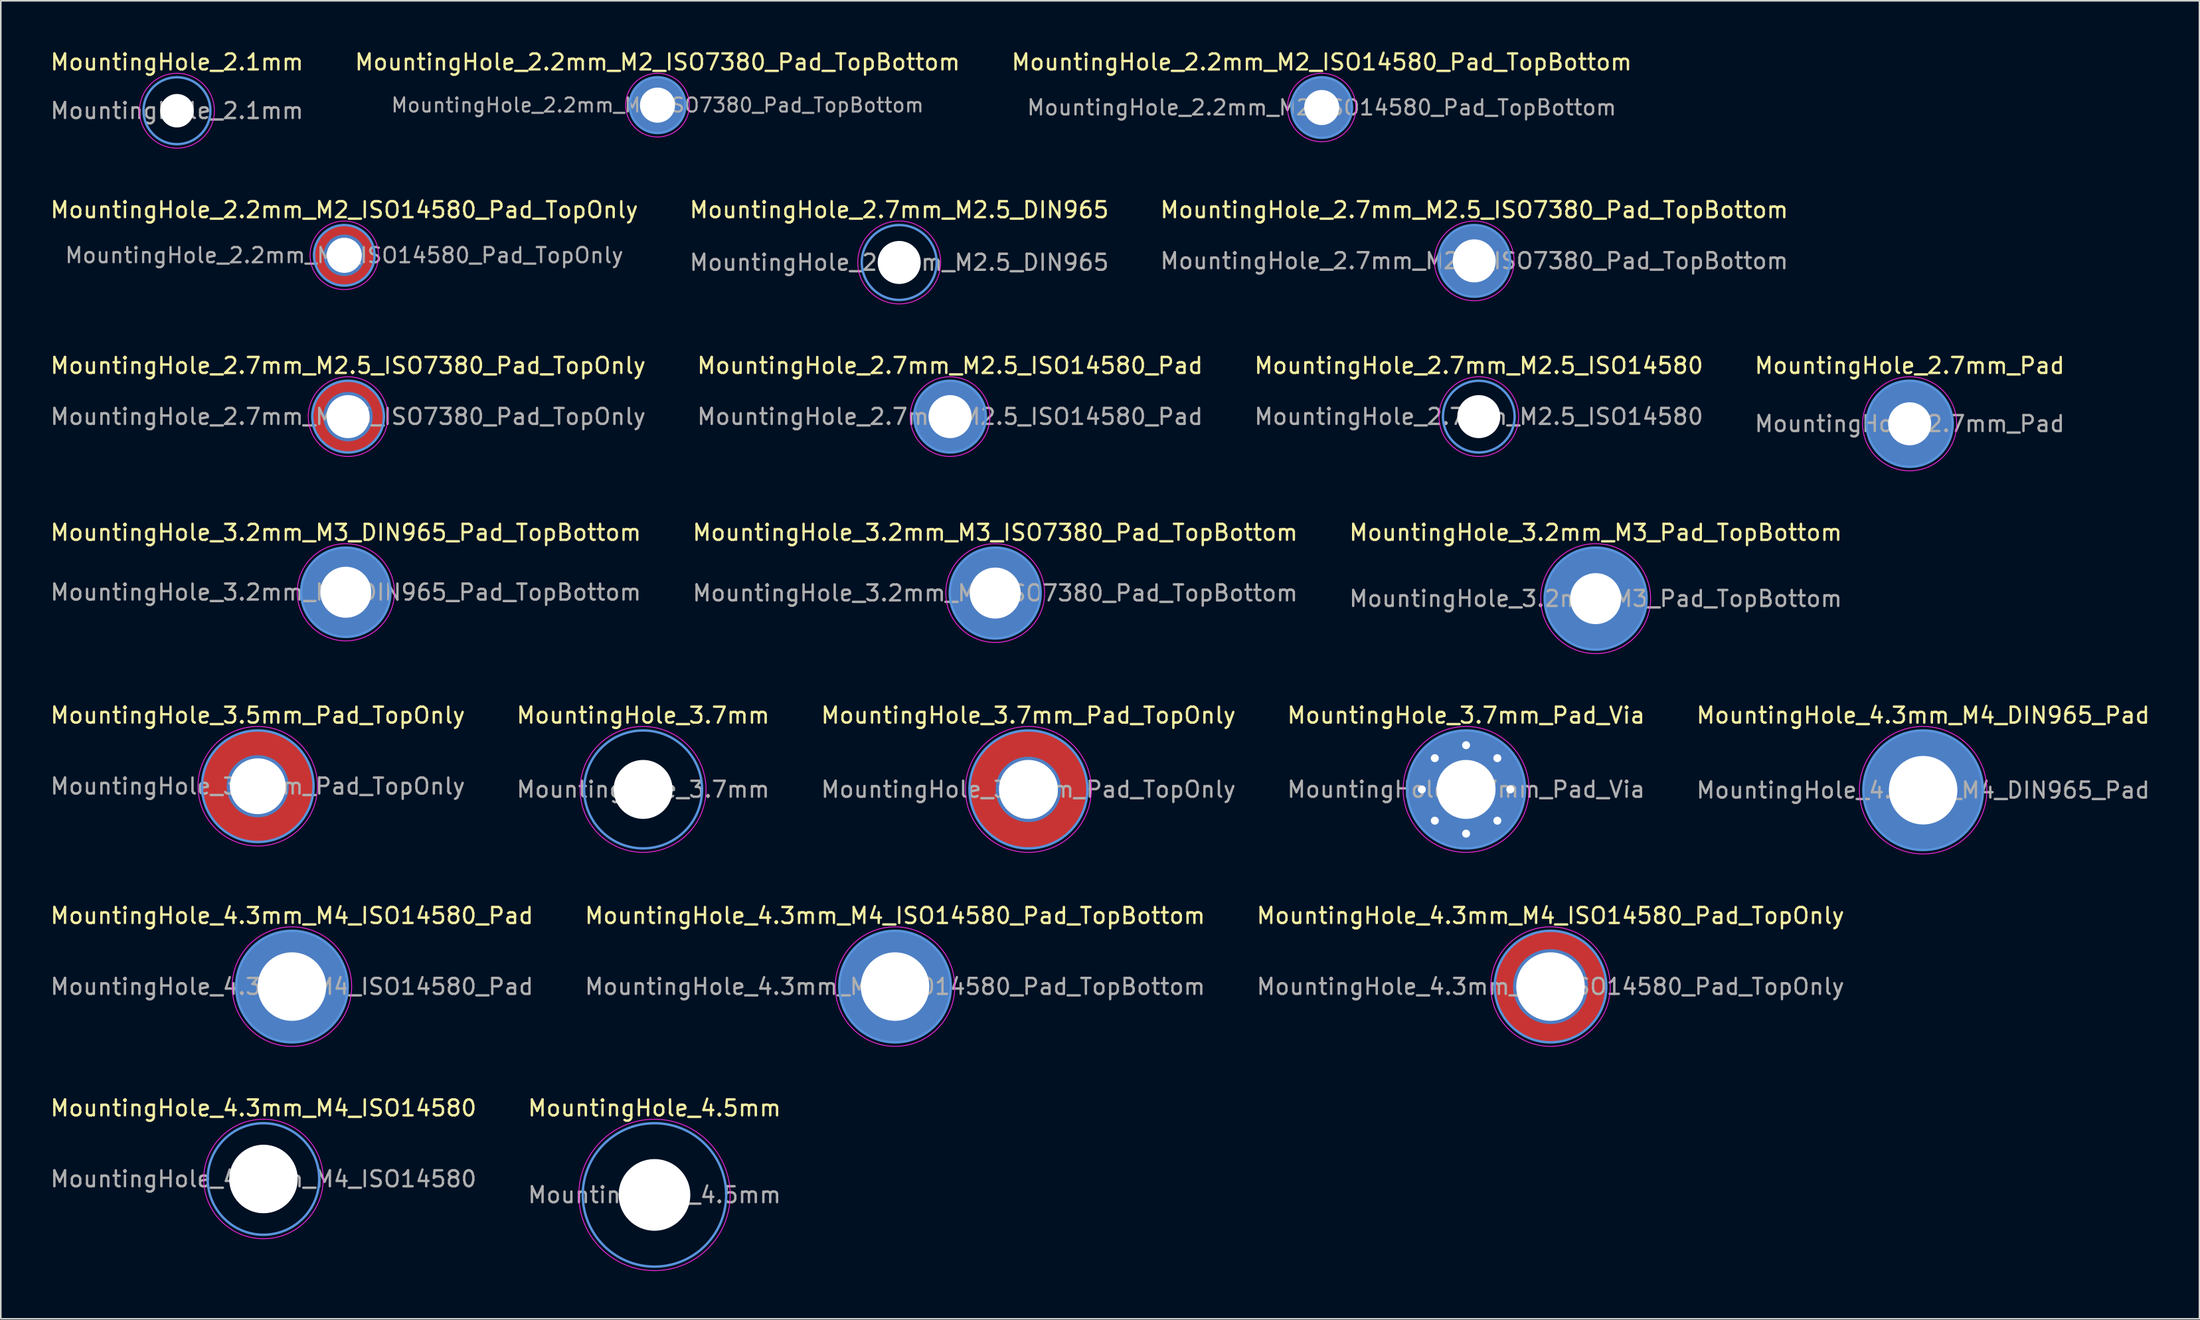
<source format=kicad_pcb>
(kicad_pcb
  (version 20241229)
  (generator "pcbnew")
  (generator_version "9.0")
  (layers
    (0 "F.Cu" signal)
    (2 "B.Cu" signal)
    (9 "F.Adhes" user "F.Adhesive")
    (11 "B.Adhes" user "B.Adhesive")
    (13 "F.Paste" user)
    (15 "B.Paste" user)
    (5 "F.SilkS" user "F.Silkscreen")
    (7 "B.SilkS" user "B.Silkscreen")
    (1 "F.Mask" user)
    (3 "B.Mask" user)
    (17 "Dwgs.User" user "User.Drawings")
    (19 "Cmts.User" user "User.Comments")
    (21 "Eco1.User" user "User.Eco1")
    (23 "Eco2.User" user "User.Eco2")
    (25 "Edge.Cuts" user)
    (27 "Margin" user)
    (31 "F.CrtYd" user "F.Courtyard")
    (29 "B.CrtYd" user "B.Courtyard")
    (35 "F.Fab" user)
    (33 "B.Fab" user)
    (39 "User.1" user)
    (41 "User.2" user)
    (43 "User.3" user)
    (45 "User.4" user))
  (footprint "MountingHole_3.2mm_M3_DIN965_Pad_TopBottom"
    (layer "F.Cu")
    (at 18.649 34.118)
    (property "Reference" "MountingHole_3.2mm_M3_DIN965_Pad_TopBottom" (at 0 -3.75 0) (layer "F.SilkS") (effects (font (size 1 1) (thickness 0.15))))
    (attr exclude_from_pos_files exclude_from_bom)
    (fp_circle (center 0 0) (end 2.8 0) (stroke (width 0.15) (type solid)) (fill no) (layer "Cmts.User"))
    (fp_circle (center 0 0) (end 3.05 0) (stroke (width 0.05) (type solid)) (fill no) (layer "F.CrtYd"))
    (fp_text user "${REFERENCE}" (at 0 0 0) (layer "F.Fab") (effects (font (size 1 1) (thickness 0.15))))
    (pad "1" thru_hole circle (at 0 0) (size 3.6 3.6) (drill 3.2) (layers "*.Cu" "*.Mask"))
    (pad "1" connect circle (at 0 0) (size 5.6 5.6) (layers "F.Cu" "F.Mask"))
    (pad "1" connect circle (at 0 0) (size 5.6 5.6) (layers "B.Cu" "B.Mask")))
  (footprint "MountingHole_3.7mm_Pad_Via"
    (layer "F.Cu")
    (at 88.946 46.491)
    (property "Reference" "MountingHole_3.7mm_Pad_Via" (at 0 -4.65 0) (layer "F.SilkS") (effects (font (size 1 1) (thickness 0.15))))
    (attr exclude_from_pos_files exclude_from_bom)
    (fp_circle (center 0 0) (end 3.7 0) (stroke (width 0.15) (type solid)) (fill no) (layer "Cmts.User"))
    (fp_circle (center 0 0) (end 3.95 0) (stroke (width 0.05) (type solid)) (fill no) (layer "F.CrtYd"))
    (fp_text user "${REFERENCE}" (at 0 0 0) (layer "F.Fab") (effects (font (size 1 1) (thickness 0.15))))
    (pad "1" thru_hole circle (at -2.775 0) (size 0.8 0.8) (drill 0.5) (layers "*.Cu" "*.Mask"))
    (pad "1" thru_hole circle (at -1.962 -1.962) (size 0.8 0.8) (drill 0.5) (layers "*.Cu" "*.Mask"))
    (pad "1" thru_hole circle (at -1.962 1.962) (size 0.8 0.8) (drill 0.5) (layers "*.Cu" "*.Mask"))
    (pad "1" thru_hole circle (at 0 -2.775) (size 0.8 0.8) (drill 0.5) (layers "*.Cu" "*.Mask"))
    (pad "1" thru_hole circle (at 0 0) (size 7.4 7.4) (drill 3.7) (layers "*.Cu" "*.Mask"))
    (pad "1" thru_hole circle (at 0 2.775) (size 0.8 0.8) (drill 0.5) (layers "*.Cu" "*.Mask"))
    (pad "1" thru_hole circle (at 1.962 -1.962) (size 0.8 0.8) (drill 0.5) (layers "*.Cu" "*.Mask"))
    (pad "1" thru_hole circle (at 1.962 1.962) (size 0.8 0.8) (drill 0.5) (layers "*.Cu" "*.Mask"))
    (pad "1" thru_hole circle (at 2.775 0) (size 0.8 0.8) (drill 0.5) (layers "*.Cu" "*.Mask")))
  (footprint "MountingHole_3.5mm_Pad_TopOnly"
    (layer "F.Cu")
    (at 13.125 46.291)
    (property "Reference" "MountingHole_3.5mm_Pad_TopOnly" (at 0 -4.45 0) (layer "F.SilkS") (effects (font (size 1 1) (thickness 0.15))))
    (attr exclude_from_pos_files exclude_from_bom)
    (fp_circle (center 0 0) (end 3.5 0) (stroke (width 0.15) (type solid)) (fill no) (layer "Cmts.User"))
    (fp_circle (center 0 0) (end 3.75 0) (stroke (width 0.05) (type solid)) (fill no) (layer "F.CrtYd"))
    (fp_text user "${REFERENCE}" (at 0 0 0) (layer "F.Fab") (effects (font (size 1 1) (thickness 0.15))))
    (pad "1" thru_hole circle (at 0 0) (size 3.9 3.9) (drill 3.5) (layers "*.Cu" "*.Mask"))
    (pad "1" connect circle (at 0 0) (size 7 7) (layers "F.Cu" "F.Mask")))
  (footprint "MountingHole_4.3mm_M4_ISO14580_Pad"
    (layer "F.Cu")
    (at 15.268 58.864)
    (property "Reference" "MountingHole_4.3mm_M4_ISO14580_Pad" (at 0 -4.45 0) (layer "F.SilkS") (effects (font (size 1 1) (thickness 0.15))))
    (attr exclude_from_pos_files exclude_from_bom)
    (fp_circle (center 0 0) (end 3.5 0) (stroke (width 0.15) (type solid)) (fill no) (layer "Cmts.User"))
    (fp_circle (center 0 0) (end 3.75 0) (stroke (width 0.05) (type solid)) (fill no) (layer "F.CrtYd"))
    (fp_text user "${REFERENCE}" (at 0 0 0) (layer "F.Fab") (effects (font (size 1 1) (thickness 0.15))))
    (pad "1" thru_hole circle (at 0 0) (size 7 7) (drill 4.3) (layers "*.Cu" "*.Mask")))
  (footprint "MountingHole_3.7mm_Pad_TopOnly"
    (layer "F.Cu")
    (at 61.482 46.491)
    (property "Reference" "MountingHole_3.7mm_Pad_TopOnly" (at 0 -4.65 0) (layer "F.SilkS") (effects (font (size 1 1) (thickness 0.15))))
    (attr exclude_from_pos_files exclude_from_bom)
    (fp_circle (center 0 0) (end 3.7 0) (stroke (width 0.15) (type solid)) (fill no) (layer "Cmts.User"))
    (fp_circle (center 0 0) (end 3.95 0) (stroke (width 0.05) (type solid)) (fill no) (layer "F.CrtYd"))
    (fp_text user "${REFERENCE}" (at 0 0 0) (layer "F.Fab") (effects (font (size 1 1) (thickness 0.15))))
    (pad "1" thru_hole circle (at 0 0) (size 4.1 4.1) (drill 3.7) (layers "*.Cu" "*.Mask"))
    (pad "1" connect circle (at 0 0) (size 7.4 7.4) (layers "F.Cu" "F.Mask")))
  (footprint "MountingHole_2.2mm_M2_ISO7380_Pad_TopBottom"
    (layer "F.Cu")
    (at 38.208 3.548)
    (property "Reference" "MountingHole_2.2mm_M2_ISO7380_Pad_TopBottom" (at 0 -2.7 0) (layer "F.SilkS") (effects (font (size 1 1) (thickness 0.15))))
    (attr exclude_from_pos_files exclude_from_bom)
    (fp_circle (center 0 0) (end 1.75 0) (stroke (width 0.15) (type solid)) (fill no) (layer "Cmts.User"))
    (fp_circle (center 0 0) (end 2 0) (stroke (width 0.05) (type solid)) (fill no) (layer "F.CrtYd"))
    (fp_text user "${REFERENCE}" (at 0 0 0) (layer "F.Fab") (effects (font (size 0.88 0.88) (thickness 0.13))))
    (pad "1" thru_hole circle (at 0 0) (size 2.6 2.6) (drill 2.2) (layers "*.Cu" "*.Mask"))
    (pad "1" connect circle (at 0 0) (size 3.5 3.5) (layers "F.Cu" "F.Mask"))
    (pad "1" connect circle (at 0 0) (size 3.5 3.5) (layers "B.Cu" "B.Mask")))
  (footprint "MountingHole_2.7mm_Pad"
    (layer "F.Cu")
    (at 116.78 23.545)
    (property "Reference" "MountingHole_2.7mm_Pad" (at 0 -3.65 0) (layer "F.SilkS") (effects (font (size 1 1) (thickness 0.15))))
    (attr exclude_from_pos_files exclude_from_bom)
    (fp_circle (center 0 0) (end 2.7 0) (stroke (width 0.15) (type solid)) (fill no) (layer "Cmts.User"))
    (fp_circle (center 0 0) (end 2.95 0) (stroke (width 0.05) (type solid)) (fill no) (layer "F.CrtYd"))
    (fp_text user "${REFERENCE}" (at 0 0 0) (layer "F.Fab") (effects (font (size 1 1) (thickness 0.15))))
    (pad "1" thru_hole circle (at 0 0) (size 5.4 5.4) (drill 2.7) (layers "*.Cu" "*.Mask")))
  (footprint "MountingHole_2.2mm_M2_ISO14580_Pad_TopOnly"
    (layer "F.Cu")
    (at 18.554 12.972)
    (property "Reference" "MountingHole_2.2mm_M2_ISO14580_Pad_TopOnly" (at 0 -2.85 0) (layer "F.SilkS") (effects (font (size 1 1) (thickness 0.15))))
    (attr exclude_from_pos_files exclude_from_bom)
    (fp_circle (center 0 0) (end 1.9 0) (stroke (width 0.15) (type solid)) (fill no) (layer "Cmts.User"))
    (fp_circle (center 0 0) (end 2.15 0) (stroke (width 0.05) (type solid)) (fill no) (layer "F.CrtYd"))
    (fp_text user "${REFERENCE}" (at 0 0 0) (layer "F.Fab") (effects (font (size 0.95 0.95) (thickness 0.14))))
    (pad "1" thru_hole circle (at 0 0) (size 2.6 2.6) (drill 2.2) (layers "*.Cu" "*.Mask"))
    (pad "1" connect circle (at 0 0) (size 3.8 3.8) (layers "F.Cu" "F.Mask")))
  (footprint "MountingHole_2.7mm_M2.5_ISO14580"
    (layer "F.Cu")
    (at 89.744 23.095)
    (property "Reference" "MountingHole_2.7mm_M2.5_ISO14580" (at 0 -3.2 0) (layer "F.SilkS") (effects (font (size 1 1) (thickness 0.15))))
    (attr exclude_from_pos_files exclude_from_bom)
    (fp_circle (center 0 0) (end 2.25 0) (stroke (width 0.15) (type solid)) (fill no) (layer "Cmts.User"))
    (fp_circle (center 0 0) (end 2.5 0) (stroke (width 0.05) (type solid)) (fill no) (layer "F.CrtYd"))
    (fp_text user "${REFERENCE}" (at 0 0 0) (layer "F.Fab") (effects (font (size 1 1) (thickness 0.15))))
    (pad "" np_thru_hole circle (at 0 0) (size 2.7 2.7) (drill 2.7) (layers "*.Cu" "*.Mask")))
  (footprint "MountingHole_3.7mm"
    (layer "F.Cu")
    (at 37.304 46.491)
    (property "Reference" "MountingHole_3.7mm" (at 0 -4.65 0) (layer "F.SilkS") (effects (font (size 1 1) (thickness 0.15))))
    (attr exclude_from_pos_files exclude_from_bom)
    (fp_circle (center 0 0) (end 3.7 0) (stroke (width 0.15) (type solid)) (fill no) (layer "Cmts.User"))
    (fp_circle (center 0 0) (end 3.95 0) (stroke (width 0.05) (type solid)) (fill no) (layer "F.CrtYd"))
    (fp_text user "${REFERENCE}" (at 0 0 0) (layer "F.Fab") (effects (font (size 1 1) (thickness 0.15))))
    (pad "" np_thru_hole circle (at 0 0) (size 3.7 3.7) (drill 3.7) (layers "*.Cu" "*.Mask")))
  (footprint "MountingHole_4.3mm_M4_ISO14580"
    (layer "F.Cu")
    (at 13.482 70.938)
    (property "Reference" "MountingHole_4.3mm_M4_ISO14580" (at 0 -4.45 0) (layer "F.SilkS") (effects (font (size 1 1) (thickness 0.15))))
    (attr exclude_from_pos_files exclude_from_bom)
    (fp_circle (center 0 0) (end 3.5 0) (stroke (width 0.15) (type solid)) (fill no) (layer "Cmts.User"))
    (fp_circle (center 0 0) (end 3.75 0) (stroke (width 0.05) (type solid)) (fill no) (layer "F.CrtYd"))
    (fp_text user "${REFERENCE}" (at 0 0 0) (layer "F.Fab") (effects (font (size 1 1) (thickness 0.15))))
    (pad "" np_thru_hole circle (at 0 0) (size 4.3 4.3) (drill 4.3) (layers "*.Cu" "*.Mask")))
  (footprint "MountingHole_4.3mm_M4_ISO14580_Pad_TopBottom"
    (layer "F.Cu")
    (at 53.113 58.864)
    (property "Reference" "MountingHole_4.3mm_M4_ISO14580_Pad_TopBottom" (at 0 -4.45 0) (layer "F.SilkS") (effects (font (size 1 1) (thickness 0.15))))
    (attr exclude_from_pos_files exclude_from_bom)
    (fp_circle (center 0 0) (end 3.5 0) (stroke (width 0.15) (type solid)) (fill no) (layer "Cmts.User"))
    (fp_circle (center 0 0) (end 3.75 0) (stroke (width 0.05) (type solid)) (fill no) (layer "F.CrtYd"))
    (fp_text user "${REFERENCE}" (at 0 0 0) (layer "F.Fab") (effects (font (size 1 1) (thickness 0.15))))
    (pad "1" thru_hole circle (at 0 0) (size 4.7 4.7) (drill 4.3) (layers "*.Cu" "*.Mask"))
    (pad "1" connect circle (at 0 0) (size 7 7) (layers "F.Cu" "F.Mask"))
    (pad "1" connect circle (at 0 0) (size 7 7) (layers "B.Cu" "B.Mask")))
  (footprint "MountingHole_3.2mm_M3_Pad_TopBottom"
    (layer "F.Cu")
    (at 97.077 34.518)
    (property "Reference" "MountingHole_3.2mm_M3_Pad_TopBottom" (at 0 -4.15 0) (layer "F.SilkS") (effects (font (size 1 1) (thickness 0.15))))
    (attr exclude_from_pos_files exclude_from_bom)
    (fp_circle (center 0 0) (end 3.2 0) (stroke (width 0.15) (type solid)) (fill no) (layer "Cmts.User"))
    (fp_circle (center 0 0) (end 3.45 0) (stroke (width 0.05) (type solid)) (fill no) (layer "F.CrtYd"))
    (fp_text user "${REFERENCE}" (at 0 0 0) (layer "F.Fab") (effects (font (size 1 1) (thickness 0.15))))
    (pad "1" thru_hole circle (at 0 0) (size 3.6 3.6) (drill 3.2) (layers "*.Cu" "*.Mask"))
    (pad "1" connect circle (at 0 0) (size 6.4 6.4) (layers "F.Cu" "F.Mask"))
    (pad "1" connect circle (at 0 0) (size 6.4 6.4) (layers "B.Cu" "B.Mask")))
  (footprint "MountingHole_4.3mm_M4_DIN965_Pad"
    (layer "F.Cu")
    (at 117.625 46.541)
    (property "Reference" "MountingHole_4.3mm_M4_DIN965_Pad" (at 0 -4.7 0) (layer "F.SilkS") (effects (font (size 1 1) (thickness 0.15))))
    (attr exclude_from_pos_files exclude_from_bom)
    (fp_circle (center 0 0) (end 3.75 0) (stroke (width 0.15) (type solid)) (fill no) (layer "Cmts.User"))
    (fp_circle (center 0 0) (end 4 0) (stroke (width 0.05) (type solid)) (fill no) (layer "F.CrtYd"))
    (fp_text user "${REFERENCE}" (at 0 0 0) (layer "F.Fab") (effects (font (size 1 1) (thickness 0.15))))
    (pad "1" thru_hole circle (at 0 0) (size 7.5 7.5) (drill 4.3) (layers "*.Cu" "*.Mask")))
  (footprint "MountingHole_2.7mm_M2.5_ISO7380_Pad_TopBottom"
    (layer "F.Cu")
    (at 89.458 13.322)
    (property "Reference" "MountingHole_2.7mm_M2.5_ISO7380_Pad_TopBottom" (at 0 -3.2 0) (layer "F.SilkS") (effects (font (size 1 1) (thickness 0.15))))
    (attr exclude_from_pos_files exclude_from_bom)
    (fp_circle (center 0 0) (end 2.25 0) (stroke (width 0.15) (type solid)) (fill no) (layer "Cmts.User"))
    (fp_circle (center 0 0) (end 2.5 0) (stroke (width 0.05) (type solid)) (fill no) (layer "F.CrtYd"))
    (fp_text user "${REFERENCE}" (at 0 0 0) (layer "F.Fab") (effects (font (size 1 1) (thickness 0.15))))
    (pad "1" thru_hole circle (at 0 0) (size 3.1 3.1) (drill 2.7) (layers "*.Cu" "*.Mask"))
    (pad "1" connect circle (at 0 0) (size 4.5 4.5) (layers "F.Cu" "F.Mask"))
    (pad "1" connect circle (at 0 0) (size 4.5 4.5) (layers "B.Cu" "B.Mask")))
  (footprint "MountingHole_4.5mm"
    (layer "F.Cu")
    (at 38.018 71.938)
    (property "Reference" "MountingHole_4.5mm" (at 0 -5.45 0) (layer "F.SilkS") (effects (font (size 1 1) (thickness 0.15))))
    (attr exclude_from_pos_files exclude_from_bom)
    (fp_circle (center 0 0) (end 4.5 0) (stroke (width 0.15) (type solid)) (fill no) (layer "Cmts.User"))
    (fp_circle (center 0 0) (end 4.75 0) (stroke (width 0.05) (type solid)) (fill no) (layer "F.CrtYd"))
    (fp_text user "${REFERENCE}" (at 0 0 0) (layer "F.Fab") (effects (font (size 1 1) (thickness 0.15))))
    (pad "" np_thru_hole circle (at 0 0) (size 4.5 4.5) (drill 4.5) (layers "*.Cu" "*.Mask")))
  (footprint "MountingHole_3.2mm_M3_ISO7380_Pad_TopBottom"
    (layer "F.Cu")
    (at 59.399 34.168)
    (property "Reference" "MountingHole_3.2mm_M3_ISO7380_Pad_TopBottom" (at 0 -3.8 0) (layer "F.SilkS") (effects (font (size 1 1) (thickness 0.15))))
    (attr exclude_from_pos_files exclude_from_bom)
    (fp_circle (center 0 0) (end 2.85 0) (stroke (width 0.15) (type solid)) (fill no) (layer "Cmts.User"))
    (fp_circle (center 0 0) (end 3.1 0) (stroke (width 0.05) (type solid)) (fill no) (layer "F.CrtYd"))
    (fp_text user "${REFERENCE}" (at 0 0 0) (layer "F.Fab") (effects (font (size 1 1) (thickness 0.15))))
    (pad "1" thru_hole circle (at 0 0) (size 3.6 3.6) (drill 3.2) (layers "*.Cu" "*.Mask"))
    (pad "1" connect circle (at 0 0) (size 5.7 5.7) (layers "F.Cu" "F.Mask"))
    (pad "1" connect circle (at 0 0) (size 5.7 5.7) (layers "B.Cu" "B.Mask")))
  (footprint "MountingHole_2.7mm_M2.5_DIN965"
    (layer "F.Cu")
    (at 53.375 13.421)
    (property "Reference" "MountingHole_2.7mm_M2.5_DIN965" (at 0 -3.3 0) (layer "F.SilkS") (effects (font (size 1 1) (thickness 0.15))))
    (attr exclude_from_pos_files exclude_from_bom)
    (fp_circle (center 0 0) (end 2.35 0) (stroke (width 0.15) (type solid)) (fill no) (layer "Cmts.User"))
    (fp_circle (center 0 0) (end 2.6 0) (stroke (width 0.05) (type solid)) (fill no) (layer "F.CrtYd"))
    (fp_text user "${REFERENCE}" (at 0 0 0) (layer "F.Fab") (effects (font (size 1 1) (thickness 0.15))))
    (pad "" np_thru_hole circle (at 0 0) (size 2.7 2.7) (drill 2.7) (layers "*.Cu" "*.Mask")))
  (footprint "MountingHole_2.1mm"
    (layer "F.Cu")
    (at 8.054 3.898)
    (property "Reference" "MountingHole_2.1mm" (at 0 -3.05 0) (layer "F.SilkS") (effects (font (size 1 1) (thickness 0.15))))
    (attr exclude_from_pos_files exclude_from_bom)
    (fp_circle (center 0 0) (end 2.1 0) (stroke (width 0.15) (type solid)) (fill no) (layer "Cmts.User"))
    (fp_circle (center 0 0) (end 2.35 0) (stroke (width 0.05) (type solid)) (fill no) (layer "F.CrtYd"))
    (fp_text user "${REFERENCE}" (at 0 0 0) (layer "F.Fab") (effects (font (size 1 1) (thickness 0.15))))
    (pad "" np_thru_hole circle (at 0 0) (size 2.1 2.1) (drill 2.1) (layers "*.Cu" "*.Mask")))
  (footprint "MountingHole_4.3mm_M4_ISO14580_Pad_TopOnly"
    (layer "F.Cu")
    (at 94.244 58.864)
    (property "Reference" "MountingHole_4.3mm_M4_ISO14580_Pad_TopOnly" (at 0 -4.45 0) (layer "F.SilkS") (effects (font (size 1 1) (thickness 0.15))))
    (attr exclude_from_pos_files exclude_from_bom)
    (fp_circle (center 0 0) (end 3.5 0) (stroke (width 0.15) (type solid)) (fill no) (layer "Cmts.User"))
    (fp_circle (center 0 0) (end 3.75 0) (stroke (width 0.05) (type solid)) (fill no) (layer "F.CrtYd"))
    (fp_text user "${REFERENCE}" (at 0 0 0) (layer "F.Fab") (effects (font (size 1 1) (thickness 0.15))))
    (pad "1" thru_hole circle (at 0 0) (size 4.7 4.7) (drill 4.3) (layers "*.Cu" "*.Mask"))
    (pad "1" connect circle (at 0 0) (size 7 7) (layers "F.Cu" "F.Mask")))
  (footprint "MountingHole_2.7mm_M2.5_ISO14580_Pad"
    (layer "F.Cu")
    (at 56.565 23.095)
    (property "Reference" "MountingHole_2.7mm_M2.5_ISO14580_Pad" (at 0 -3.2 0) (layer "F.SilkS") (effects (font (size 1 1) (thickness 0.15))))
    (attr exclude_from_pos_files exclude_from_bom)
    (fp_circle (center 0 0) (end 2.25 0) (stroke (width 0.15) (type solid)) (fill no) (layer "Cmts.User"))
    (fp_circle (center 0 0) (end 2.5 0) (stroke (width 0.05) (type solid)) (fill no) (layer "F.CrtYd"))
    (fp_text user "${REFERENCE}" (at 0 0 0) (layer "F.Fab") (effects (font (size 1 1) (thickness 0.15))))
    (pad "1" thru_hole circle (at 0 0) (size 4.5 4.5) (drill 2.7) (layers "*.Cu" "*.Mask")))
  (footprint "MountingHole_2.2mm_M2_ISO14580_Pad_TopBottom"
    (layer "F.Cu")
    (at 79.887 3.698)
    (property "Reference" "MountingHole_2.2mm_M2_ISO14580_Pad_TopBottom" (at 0 -2.85 0) (layer "F.SilkS") (effects (font (size 1 1) (thickness 0.15))))
    (attr exclude_from_pos_files exclude_from_bom)
    (fp_circle (center 0 0) (end 1.9 0) (stroke (width 0.15) (type solid)) (fill no) (layer "Cmts.User"))
    (fp_circle (center 0 0) (end 2.15 0) (stroke (width 0.05) (type solid)) (fill no) (layer "F.CrtYd"))
    (fp_text user "${REFERENCE}" (at 0 0 0) (layer "F.Fab") (effects (font (size 0.95 0.95) (thickness 0.14))))
    (pad "1" thru_hole circle (at 0 0) (size 2.6 2.6) (drill 2.2) (layers "*.Cu" "*.Mask"))
    (pad "1" connect circle (at 0 0) (size 3.8 3.8) (layers "F.Cu" "F.Mask"))
    (pad "1" connect circle (at 0 0) (size 3.8 3.8) (layers "B.Cu" "B.Mask")))
  (footprint "MountingHole_2.7mm_M2.5_ISO7380_Pad_TopOnly"
    (layer "F.Cu")
    (at 18.792 23.095)
    (property "Reference" "MountingHole_2.7mm_M2.5_ISO7380_Pad_TopOnly" (at 0 -3.2 0) (layer "F.SilkS") (effects (font (size 1 1) (thickness 0.15))))
    (attr exclude_from_pos_files exclude_from_bom)
    (fp_circle (center 0 0) (end 2.25 0) (stroke (width 0.15) (type solid)) (fill no) (layer "Cmts.User"))
    (fp_circle (center 0 0) (end 2.5 0) (stroke (width 0.05) (type solid)) (fill no) (layer "F.CrtYd"))
    (fp_text user "${REFERENCE}" (at 0 0 0) (layer "F.Fab") (effects (font (size 1 1) (thickness 0.15))))
    (pad "1" thru_hole circle (at 0 0) (size 3.1 3.1) (drill 2.7) (layers "*.Cu" "*.Mask"))
    (pad "1" connect circle (at 0 0) (size 4.5 4.5) (layers "F.Cu" "F.Mask")))
  (gr_rect
    (start -3 -3)
    (end 134.964 79.713)
    (stroke (width 0.1) (type default))
    (fill no)
    (layer "Edge.Cuts")))
</source>
